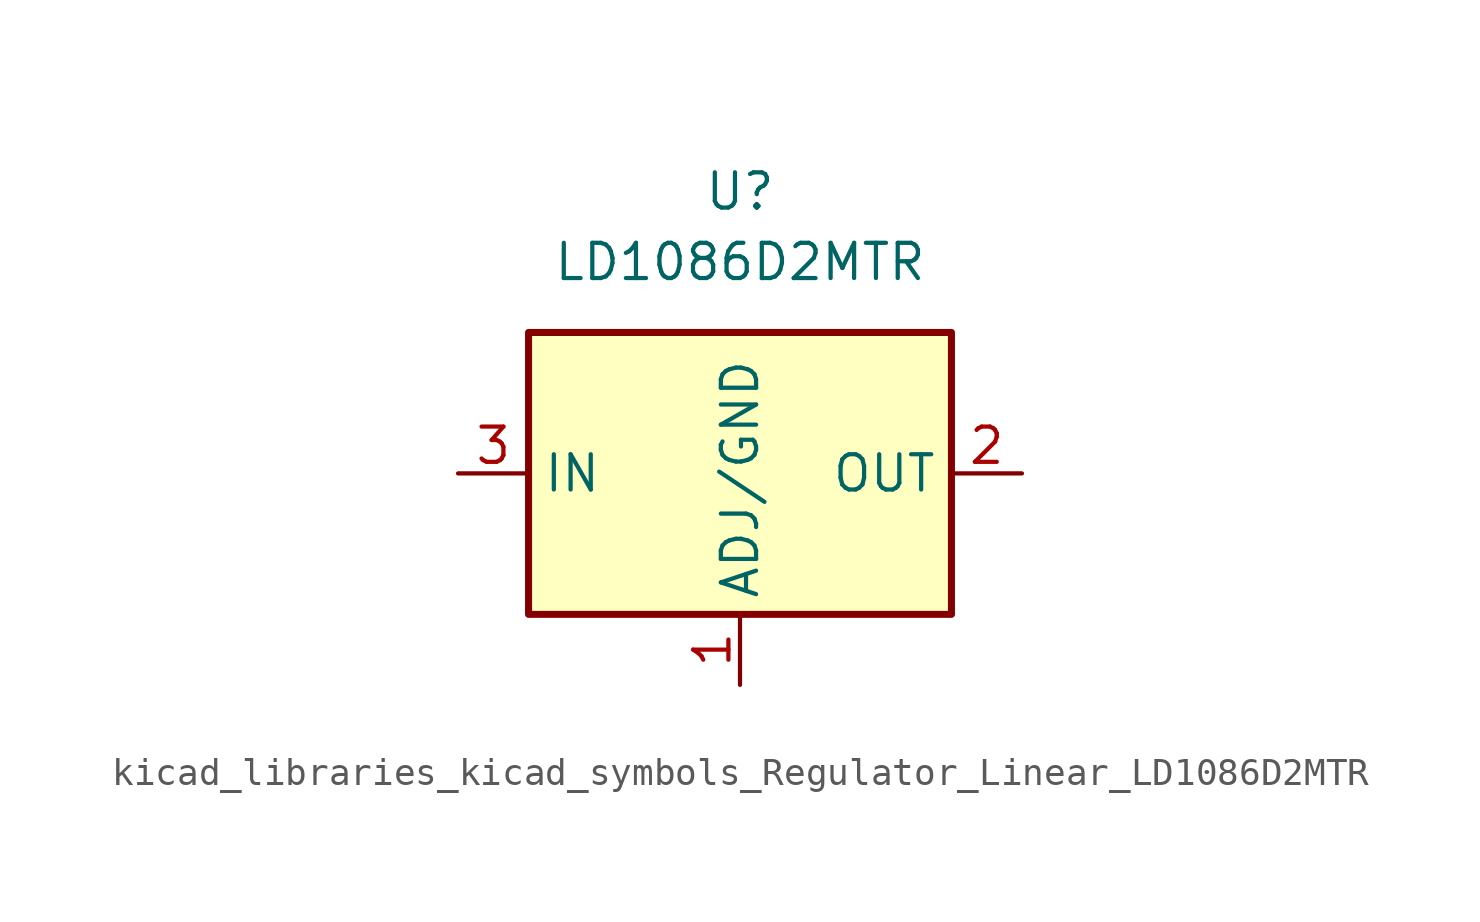
<source format=kicad_sym>
(kicad_symbol_lib
  (version 20220914)
  (generator kicad_symbol_editor)
  (symbol "kicad_libraries_kicad_symbols_Regulator_Linear_LD1086D2MTR"
    (property "Reference" "U"
      (at 0 10.16 0)
      (effects (font (size 1.27 1.27))))
    (property "Value" "LD1086D2MTR"
      (at 0 7.62 0)
      (effects (font (size 1.27 1.27))))
    (symbol "kicad_libraries_kicad_symbols_Regulator_Linear_LD1086D2MTR_1_1"
      (rectangle (start -7.62 -5.08) (end 7.62 5.08) (stroke (width 0.254) (type default)) (fill (type background)))
      (pin input line (at 0 -7.62 90) (length 2.54) (name "ADJ/GND" (effects (font (size 1.27 1.27)))) (number "1" (effects (font (size 1.27 1.27)))))
      (pin power_out line (at 10.16 0 180) (length 2.54) (name "OUT" (effects (font (size 1.27 1.27)))) (number "2" (effects (font (size 1.27 1.27)))))
      (pin power_in line (at -10.16 0 0) (length 2.54) (name "IN" (effects (font (size 1.27 1.27)))) (number "3" (effects (font (size 1.27 1.27))))))))
</source>
